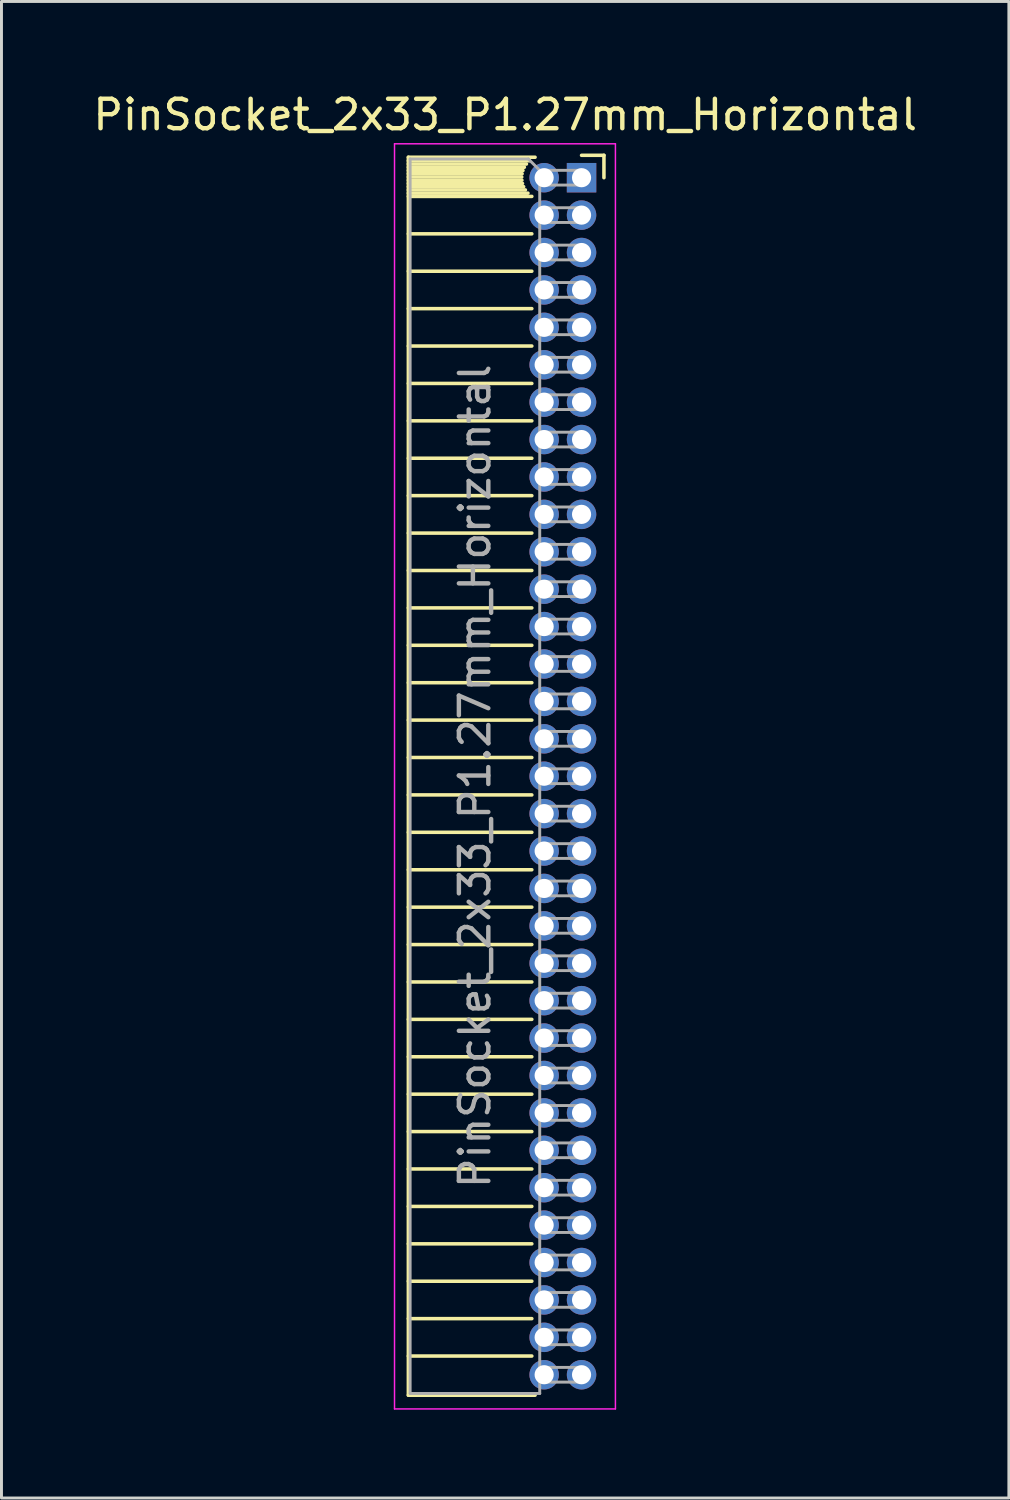
<source format=kicad_pcb>
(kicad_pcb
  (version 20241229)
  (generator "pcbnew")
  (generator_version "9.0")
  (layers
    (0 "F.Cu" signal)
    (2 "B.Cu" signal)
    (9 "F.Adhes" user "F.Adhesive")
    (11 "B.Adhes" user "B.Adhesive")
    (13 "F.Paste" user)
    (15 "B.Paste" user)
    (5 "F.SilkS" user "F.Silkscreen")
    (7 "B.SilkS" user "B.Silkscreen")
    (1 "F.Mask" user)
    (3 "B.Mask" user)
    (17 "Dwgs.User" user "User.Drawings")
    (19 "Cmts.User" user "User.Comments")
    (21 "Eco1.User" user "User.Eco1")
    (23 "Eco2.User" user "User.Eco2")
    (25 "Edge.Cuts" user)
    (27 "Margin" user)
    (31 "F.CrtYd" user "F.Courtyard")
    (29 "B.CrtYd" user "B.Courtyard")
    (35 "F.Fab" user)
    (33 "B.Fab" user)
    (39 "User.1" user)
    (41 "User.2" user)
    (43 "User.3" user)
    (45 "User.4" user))
  (footprint "PinSocket_2x33_P1.27mm_Horizontal"
    (layer "F.Cu")
    (at 16.694 2.983)
    (property "Reference" "PinSocket_2x33_P1.27mm_Horizontal" (at -2.592 -2.135 0) (layer "F.SilkS") (effects (font (size 1 1) (thickness 0.15))))
    (attr through_hole)
    (fp_line (start -5.88 -0.695) (end -5.88 41.335) (stroke (width 0.12) (type solid)) (layer "F.SilkS"))
    (fp_line (start -5.88 -0.695) (end -1.578 -0.695) (stroke (width 0.12) (type solid)) (layer "F.SilkS"))
    (fp_line (start -5.88 -0.575) (end -1.767 -0.575) (stroke (width 0.12) (type solid)) (layer "F.SilkS"))
    (fp_line (start -5.88 -0.465) (end -1.871 -0.465) (stroke (width 0.12) (type solid)) (layer "F.SilkS"))
    (fp_line (start -5.88 -0.355) (end -1.942 -0.355) (stroke (width 0.12) (type solid)) (layer "F.SilkS"))
    (fp_line (start -5.88 -0.245) (end -1.989 -0.245) (stroke (width 0.12) (type solid)) (layer "F.SilkS"))
    (fp_line (start -5.88 -0.135) (end -2.018 -0.135) (stroke (width 0.12) (type solid)) (layer "F.SilkS"))
    (fp_line (start -5.88 -0.025) (end -2.03 -0.025) (stroke (width 0.12) (type solid)) (layer "F.SilkS"))
    (fp_line (start -5.88 0.085) (end -2.025 0.085) (stroke (width 0.12) (type solid)) (layer "F.SilkS"))
    (fp_line (start -5.88 0.195) (end -2.005 0.195) (stroke (width 0.12) (type solid)) (layer "F.SilkS"))
    (fp_line (start -5.88 0.305) (end -1.966 0.305) (stroke (width 0.12) (type solid)) (layer "F.SilkS"))
    (fp_line (start -5.88 0.415) (end -1.907 0.415) (stroke (width 0.12) (type solid)) (layer "F.SilkS"))
    (fp_line (start -5.88 0.525) (end -1.82 0.525) (stroke (width 0.12) (type solid)) (layer "F.SilkS"))
    (fp_line (start -5.88 0.635) (end -1.688 0.635) (stroke (width 0.12) (type solid)) (layer "F.SilkS"))
    (fp_line (start -5.88 1.905) (end -1.688 1.905) (stroke (width 0.12) (type solid)) (layer "F.SilkS"))
    (fp_line (start -5.88 3.175) (end -1.688 3.175) (stroke (width 0.12) (type solid)) (layer "F.SilkS"))
    (fp_line (start -5.88 4.445) (end -1.688 4.445) (stroke (width 0.12) (type solid)) (layer "F.SilkS"))
    (fp_line (start -5.88 5.715) (end -1.688 5.715) (stroke (width 0.12) (type solid)) (layer "F.SilkS"))
    (fp_line (start -5.88 6.985) (end -1.688 6.985) (stroke (width 0.12) (type solid)) (layer "F.SilkS"))
    (fp_line (start -5.88 8.255) (end -1.688 8.255) (stroke (width 0.12) (type solid)) (layer "F.SilkS"))
    (fp_line (start -5.88 9.525) (end -1.688 9.525) (stroke (width 0.12) (type solid)) (layer "F.SilkS"))
    (fp_line (start -5.88 10.795) (end -1.688 10.795) (stroke (width 0.12) (type solid)) (layer "F.SilkS"))
    (fp_line (start -5.88 12.065) (end -1.688 12.065) (stroke (width 0.12) (type solid)) (layer "F.SilkS"))
    (fp_line (start -5.88 13.335) (end -1.688 13.335) (stroke (width 0.12) (type solid)) (layer "F.SilkS"))
    (fp_line (start -5.88 14.605) (end -1.688 14.605) (stroke (width 0.12) (type solid)) (layer "F.SilkS"))
    (fp_line (start -5.88 15.875) (end -1.688 15.875) (stroke (width 0.12) (type solid)) (layer "F.SilkS"))
    (fp_line (start -5.88 17.145) (end -1.688 17.145) (stroke (width 0.12) (type solid)) (layer "F.SilkS"))
    (fp_line (start -5.88 18.415) (end -1.688 18.415) (stroke (width 0.12) (type solid)) (layer "F.SilkS"))
    (fp_line (start -5.88 19.685) (end -1.688 19.685) (stroke (width 0.12) (type solid)) (layer "F.SilkS"))
    (fp_line (start -5.88 20.955) (end -1.688 20.955) (stroke (width 0.12) (type solid)) (layer "F.SilkS"))
    (fp_line (start -5.88 22.225) (end -1.688 22.225) (stroke (width 0.12) (type solid)) (layer "F.SilkS"))
    (fp_line (start -5.88 23.495) (end -1.688 23.495) (stroke (width 0.12) (type solid)) (layer "F.SilkS"))
    (fp_line (start -5.88 24.765) (end -1.688 24.765) (stroke (width 0.12) (type solid)) (layer "F.SilkS"))
    (fp_line (start -5.88 26.035) (end -1.688 26.035) (stroke (width 0.12) (type solid)) (layer "F.SilkS"))
    (fp_line (start -5.88 27.305) (end -1.688 27.305) (stroke (width 0.12) (type solid)) (layer "F.SilkS"))
    (fp_line (start -5.88 28.575) (end -1.688 28.575) (stroke (width 0.12) (type solid)) (layer "F.SilkS"))
    (fp_line (start -5.88 29.845) (end -1.688 29.845) (stroke (width 0.12) (type solid)) (layer "F.SilkS"))
    (fp_line (start -5.88 31.115) (end -1.688 31.115) (stroke (width 0.12) (type solid)) (layer "F.SilkS"))
    (fp_line (start -5.88 32.385) (end -1.688 32.385) (stroke (width 0.12) (type solid)) (layer "F.SilkS"))
    (fp_line (start -5.88 33.655) (end -1.688 33.655) (stroke (width 0.12) (type solid)) (layer "F.SilkS"))
    (fp_line (start -5.88 34.925) (end -1.688 34.925) (stroke (width 0.12) (type solid)) (layer "F.SilkS"))
    (fp_line (start -5.88 36.195) (end -1.688 36.195) (stroke (width 0.12) (type solid)) (layer "F.SilkS"))
    (fp_line (start -5.88 37.465) (end -1.688 37.465) (stroke (width 0.12) (type solid)) (layer "F.SilkS"))
    (fp_line (start -5.88 38.735) (end -1.688 38.735) (stroke (width 0.12) (type solid)) (layer "F.SilkS"))
    (fp_line (start -5.88 40.005) (end -1.688 40.005) (stroke (width 0.12) (type solid)) (layer "F.SilkS"))
    (fp_line (start -5.88 41.335) (end -1.578 41.335) (stroke (width 0.12) (type solid)) (layer "F.SilkS"))
    (fp_line (start 0 -0.76) (end 0.76 -0.76) (stroke (width 0.12) (type solid)) (layer "F.SilkS"))
    (fp_line (start 0.76 -0.76) (end 0.76 0) (stroke (width 0.12) (type solid)) (layer "F.SilkS"))
    (fp_line (start -6.35 -1.15) (end -6.35 41.8) (stroke (width 0.05) (type solid)) (layer "F.CrtYd"))
    (fp_line (start -6.35 41.8) (end 1.15 41.8) (stroke (width 0.05) (type solid)) (layer "F.CrtYd"))
    (fp_line (start 1.15 -1.15) (end -6.35 -1.15) (stroke (width 0.05) (type solid)) (layer "F.CrtYd"))
    (fp_line (start 1.15 41.8) (end 1.15 -1.15) (stroke (width 0.05) (type solid)) (layer "F.CrtYd"))
    (fp_line (start -5.82 -0.635) (end -1.805 -0.635) (stroke (width 0.1) (type solid)) (layer "F.Fab"))
    (fp_line (start -5.82 41.275) (end -5.82 -0.635) (stroke (width 0.1) (type solid)) (layer "F.Fab"))
    (fp_line (start -1.805 -0.635) (end -1.42 -0.25) (stroke (width 0.1) (type solid)) (layer "F.Fab"))
    (fp_line (start -1.42 -0.25) (end -1.42 41.275) (stroke (width 0.1) (type solid)) (layer "F.Fab"))
    (fp_line (start -1.42 0.25) (end 0 0.25) (stroke (width 0.1) (type solid)) (layer "F.Fab"))
    (fp_line (start -1.42 1.52) (end 0 1.52) (stroke (width 0.1) (type solid)) (layer "F.Fab"))
    (fp_line (start -1.42 2.79) (end 0 2.79) (stroke (width 0.1) (type solid)) (layer "F.Fab"))
    (fp_line (start -1.42 4.06) (end 0 4.06) (stroke (width 0.1) (type solid)) (layer "F.Fab"))
    (fp_line (start -1.42 5.33) (end 0 5.33) (stroke (width 0.1) (type solid)) (layer "F.Fab"))
    (fp_line (start -1.42 6.6) (end 0 6.6) (stroke (width 0.1) (type solid)) (layer "F.Fab"))
    (fp_line (start -1.42 7.87) (end 0 7.87) (stroke (width 0.1) (type solid)) (layer "F.Fab"))
    (fp_line (start -1.42 9.14) (end 0 9.14) (stroke (width 0.1) (type solid)) (layer "F.Fab"))
    (fp_line (start -1.42 10.41) (end 0 10.41) (stroke (width 0.1) (type solid)) (layer "F.Fab"))
    (fp_line (start -1.42 11.68) (end 0 11.68) (stroke (width 0.1) (type solid)) (layer "F.Fab"))
    (fp_line (start -1.42 12.95) (end 0 12.95) (stroke (width 0.1) (type solid)) (layer "F.Fab"))
    (fp_line (start -1.42 14.22) (end 0 14.22) (stroke (width 0.1) (type solid)) (layer "F.Fab"))
    (fp_line (start -1.42 15.49) (end 0 15.49) (stroke (width 0.1) (type solid)) (layer "F.Fab"))
    (fp_line (start -1.42 16.76) (end 0 16.76) (stroke (width 0.1) (type solid)) (layer "F.Fab"))
    (fp_line (start -1.42 18.03) (end 0 18.03) (stroke (width 0.1) (type solid)) (layer "F.Fab"))
    (fp_line (start -1.42 19.3) (end 0 19.3) (stroke (width 0.1) (type solid)) (layer "F.Fab"))
    (fp_line (start -1.42 20.57) (end 0 20.57) (stroke (width 0.1) (type solid)) (layer "F.Fab"))
    (fp_line (start -1.42 21.84) (end 0 21.84) (stroke (width 0.1) (type solid)) (layer "F.Fab"))
    (fp_line (start -1.42 23.11) (end 0 23.11) (stroke (width 0.1) (type solid)) (layer "F.Fab"))
    (fp_line (start -1.42 24.38) (end 0 24.38) (stroke (width 0.1) (type solid)) (layer "F.Fab"))
    (fp_line (start -1.42 25.65) (end 0 25.65) (stroke (width 0.1) (type solid)) (layer "F.Fab"))
    (fp_line (start -1.42 26.92) (end 0 26.92) (stroke (width 0.1) (type solid)) (layer "F.Fab"))
    (fp_line (start -1.42 28.19) (end 0 28.19) (stroke (width 0.1) (type solid)) (layer "F.Fab"))
    (fp_line (start -1.42 29.46) (end 0 29.46) (stroke (width 0.1) (type solid)) (layer "F.Fab"))
    (fp_line (start -1.42 30.73) (end 0 30.73) (stroke (width 0.1) (type solid)) (layer "F.Fab"))
    (fp_line (start -1.42 32) (end 0 32) (stroke (width 0.1) (type solid)) (layer "F.Fab"))
    (fp_line (start -1.42 33.27) (end 0 33.27) (stroke (width 0.1) (type solid)) (layer "F.Fab"))
    (fp_line (start -1.42 34.54) (end 0 34.54) (stroke (width 0.1) (type solid)) (layer "F.Fab"))
    (fp_line (start -1.42 35.81) (end 0 35.81) (stroke (width 0.1) (type solid)) (layer "F.Fab"))
    (fp_line (start -1.42 37.08) (end 0 37.08) (stroke (width 0.1) (type solid)) (layer "F.Fab"))
    (fp_line (start -1.42 38.35) (end 0 38.35) (stroke (width 0.1) (type solid)) (layer "F.Fab"))
    (fp_line (start -1.42 39.62) (end 0 39.62) (stroke (width 0.1) (type solid)) (layer "F.Fab"))
    (fp_line (start -1.42 40.89) (end 0 40.89) (stroke (width 0.1) (type solid)) (layer "F.Fab"))
    (fp_line (start -1.42 41.275) (end -5.82 41.275) (stroke (width 0.1) (type solid)) (layer "F.Fab"))
    (fp_line (start 0 -0.25) (end -1.42 -0.25) (stroke (width 0.1) (type solid)) (layer "F.Fab"))
    (fp_line (start 0 0.25) (end 0 -0.25) (stroke (width 0.1) (type solid)) (layer "F.Fab"))
    (fp_line (start 0 1.02) (end -1.42 1.02) (stroke (width 0.1) (type solid)) (layer "F.Fab"))
    (fp_line (start 0 1.52) (end 0 1.02) (stroke (width 0.1) (type solid)) (layer "F.Fab"))
    (fp_line (start 0 2.29) (end -1.42 2.29) (stroke (width 0.1) (type solid)) (layer "F.Fab"))
    (fp_line (start 0 2.79) (end 0 2.29) (stroke (width 0.1) (type solid)) (layer "F.Fab"))
    (fp_line (start 0 3.56) (end -1.42 3.56) (stroke (width 0.1) (type solid)) (layer "F.Fab"))
    (fp_line (start 0 4.06) (end 0 3.56) (stroke (width 0.1) (type solid)) (layer "F.Fab"))
    (fp_line (start 0 4.83) (end -1.42 4.83) (stroke (width 0.1) (type solid)) (layer "F.Fab"))
    (fp_line (start 0 5.33) (end 0 4.83) (stroke (width 0.1) (type solid)) (layer "F.Fab"))
    (fp_line (start 0 6.1) (end -1.42 6.1) (stroke (width 0.1) (type solid)) (layer "F.Fab"))
    (fp_line (start 0 6.6) (end 0 6.1) (stroke (width 0.1) (type solid)) (layer "F.Fab"))
    (fp_line (start 0 7.37) (end -1.42 7.37) (stroke (width 0.1) (type solid)) (layer "F.Fab"))
    (fp_line (start 0 7.87) (end 0 7.37) (stroke (width 0.1) (type solid)) (layer "F.Fab"))
    (fp_line (start 0 8.64) (end -1.42 8.64) (stroke (width 0.1) (type solid)) (layer "F.Fab"))
    (fp_line (start 0 9.14) (end 0 8.64) (stroke (width 0.1) (type solid)) (layer "F.Fab"))
    (fp_line (start 0 9.91) (end -1.42 9.91) (stroke (width 0.1) (type solid)) (layer "F.Fab"))
    (fp_line (start 0 10.41) (end 0 9.91) (stroke (width 0.1) (type solid)) (layer "F.Fab"))
    (fp_line (start 0 11.18) (end -1.42 11.18) (stroke (width 0.1) (type solid)) (layer "F.Fab"))
    (fp_line (start 0 11.68) (end 0 11.18) (stroke (width 0.1) (type solid)) (layer "F.Fab"))
    (fp_line (start 0 12.45) (end -1.42 12.45) (stroke (width 0.1) (type solid)) (layer "F.Fab"))
    (fp_line (start 0 12.95) (end 0 12.45) (stroke (width 0.1) (type solid)) (layer "F.Fab"))
    (fp_line (start 0 13.72) (end -1.42 13.72) (stroke (width 0.1) (type solid)) (layer "F.Fab"))
    (fp_line (start 0 14.22) (end 0 13.72) (stroke (width 0.1) (type solid)) (layer "F.Fab"))
    (fp_line (start 0 14.99) (end -1.42 14.99) (stroke (width 0.1) (type solid)) (layer "F.Fab"))
    (fp_line (start 0 15.49) (end 0 14.99) (stroke (width 0.1) (type solid)) (layer "F.Fab"))
    (fp_line (start 0 16.26) (end -1.42 16.26) (stroke (width 0.1) (type solid)) (layer "F.Fab"))
    (fp_line (start 0 16.76) (end 0 16.26) (stroke (width 0.1) (type solid)) (layer "F.Fab"))
    (fp_line (start 0 17.53) (end -1.42 17.53) (stroke (width 0.1) (type solid)) (layer "F.Fab"))
    (fp_line (start 0 18.03) (end 0 17.53) (stroke (width 0.1) (type solid)) (layer "F.Fab"))
    (fp_line (start 0 18.8) (end -1.42 18.8) (stroke (width 0.1) (type solid)) (layer "F.Fab"))
    (fp_line (start 0 19.3) (end 0 18.8) (stroke (width 0.1) (type solid)) (layer "F.Fab"))
    (fp_line (start 0 20.07) (end -1.42 20.07) (stroke (width 0.1) (type solid)) (layer "F.Fab"))
    (fp_line (start 0 20.57) (end 0 20.07) (stroke (width 0.1) (type solid)) (layer "F.Fab"))
    (fp_line (start 0 21.34) (end -1.42 21.34) (stroke (width 0.1) (type solid)) (layer "F.Fab"))
    (fp_line (start 0 21.84) (end 0 21.34) (stroke (width 0.1) (type solid)) (layer "F.Fab"))
    (fp_line (start 0 22.61) (end -1.42 22.61) (stroke (width 0.1) (type solid)) (layer "F.Fab"))
    (fp_line (start 0 23.11) (end 0 22.61) (stroke (width 0.1) (type solid)) (layer "F.Fab"))
    (fp_line (start 0 23.88) (end -1.42 23.88) (stroke (width 0.1) (type solid)) (layer "F.Fab"))
    (fp_line (start 0 24.38) (end 0 23.88) (stroke (width 0.1) (type solid)) (layer "F.Fab"))
    (fp_line (start 0 25.15) (end -1.42 25.15) (stroke (width 0.1) (type solid)) (layer "F.Fab"))
    (fp_line (start 0 25.65) (end 0 25.15) (stroke (width 0.1) (type solid)) (layer "F.Fab"))
    (fp_line (start 0 26.42) (end -1.42 26.42) (stroke (width 0.1) (type solid)) (layer "F.Fab"))
    (fp_line (start 0 26.92) (end 0 26.42) (stroke (width 0.1) (type solid)) (layer "F.Fab"))
    (fp_line (start 0 27.69) (end -1.42 27.69) (stroke (width 0.1) (type solid)) (layer "F.Fab"))
    (fp_line (start 0 28.19) (end 0 27.69) (stroke (width 0.1) (type solid)) (layer "F.Fab"))
    (fp_line (start 0 28.96) (end -1.42 28.96) (stroke (width 0.1) (type solid)) (layer "F.Fab"))
    (fp_line (start 0 29.46) (end 0 28.96) (stroke (width 0.1) (type solid)) (layer "F.Fab"))
    (fp_line (start 0 30.23) (end -1.42 30.23) (stroke (width 0.1) (type solid)) (layer "F.Fab"))
    (fp_line (start 0 30.73) (end 0 30.23) (stroke (width 0.1) (type solid)) (layer "F.Fab"))
    (fp_line (start 0 31.5) (end -1.42 31.5) (stroke (width 0.1) (type solid)) (layer "F.Fab"))
    (fp_line (start 0 32) (end 0 31.5) (stroke (width 0.1) (type solid)) (layer "F.Fab"))
    (fp_line (start 0 32.77) (end -1.42 32.77) (stroke (width 0.1) (type solid)) (layer "F.Fab"))
    (fp_line (start 0 33.27) (end 0 32.77) (stroke (width 0.1) (type solid)) (layer "F.Fab"))
    (fp_line (start 0 34.04) (end -1.42 34.04) (stroke (width 0.1) (type solid)) (layer "F.Fab"))
    (fp_line (start 0 34.54) (end 0 34.04) (stroke (width 0.1) (type solid)) (layer "F.Fab"))
    (fp_line (start 0 35.31) (end -1.42 35.31) (stroke (width 0.1) (type solid)) (layer "F.Fab"))
    (fp_line (start 0 35.81) (end 0 35.31) (stroke (width 0.1) (type solid)) (layer "F.Fab"))
    (fp_line (start 0 36.58) (end -1.42 36.58) (stroke (width 0.1) (type solid)) (layer "F.Fab"))
    (fp_line (start 0 37.08) (end 0 36.58) (stroke (width 0.1) (type solid)) (layer "F.Fab"))
    (fp_line (start 0 37.85) (end -1.42 37.85) (stroke (width 0.1) (type solid)) (layer "F.Fab"))
    (fp_line (start 0 38.35) (end 0 37.85) (stroke (width 0.1) (type solid)) (layer "F.Fab"))
    (fp_line (start 0 39.12) (end -1.42 39.12) (stroke (width 0.1) (type solid)) (layer "F.Fab"))
    (fp_line (start 0 39.62) (end 0 39.12) (stroke (width 0.1) (type solid)) (layer "F.Fab"))
    (fp_line (start 0 40.39) (end -1.42 40.39) (stroke (width 0.1) (type solid)) (layer "F.Fab"))
    (fp_line (start 0 40.89) (end 0 40.39) (stroke (width 0.1) (type solid)) (layer "F.Fab"))
    (fp_text user "${REFERENCE}" (at -3.62 20.32 90) (layer "F.Fab") (effects (font (size 1 1) (thickness 0.15))))
    (pad "1" thru_hole rect (at 0 0) (size 1 1) (drill 0.65) (layers "*.Cu" "*.Mask"))
    (pad "2" thru_hole oval (at -1.27 0) (size 1 1) (drill 0.65) (layers "*.Cu" "*.Mask"))
    (pad "3" thru_hole oval (at 0 1.27) (size 1 1) (drill 0.65) (layers "*.Cu" "*.Mask"))
    (pad "4" thru_hole oval (at -1.27 1.27) (size 1 1) (drill 0.65) (layers "*.Cu" "*.Mask"))
    (pad "5" thru_hole oval (at 0 2.54) (size 1 1) (drill 0.65) (layers "*.Cu" "*.Mask"))
    (pad "6" thru_hole oval (at -1.27 2.54) (size 1 1) (drill 0.65) (layers "*.Cu" "*.Mask"))
    (pad "7" thru_hole oval (at 0 3.81) (size 1 1) (drill 0.65) (layers "*.Cu" "*.Mask"))
    (pad "8" thru_hole oval (at -1.27 3.81) (size 1 1) (drill 0.65) (layers "*.Cu" "*.Mask"))
    (pad "9" thru_hole oval (at 0 5.08) (size 1 1) (drill 0.65) (layers "*.Cu" "*.Mask"))
    (pad "10" thru_hole oval (at -1.27 5.08) (size 1 1) (drill 0.65) (layers "*.Cu" "*.Mask"))
    (pad "11" thru_hole oval (at 0 6.35) (size 1 1) (drill 0.65) (layers "*.Cu" "*.Mask"))
    (pad "12" thru_hole oval (at -1.27 6.35) (size 1 1) (drill 0.65) (layers "*.Cu" "*.Mask"))
    (pad "13" thru_hole oval (at 0 7.62) (size 1 1) (drill 0.65) (layers "*.Cu" "*.Mask"))
    (pad "14" thru_hole oval (at -1.27 7.62) (size 1 1) (drill 0.65) (layers "*.Cu" "*.Mask"))
    (pad "15" thru_hole oval (at 0 8.89) (size 1 1) (drill 0.65) (layers "*.Cu" "*.Mask"))
    (pad "16" thru_hole oval (at -1.27 8.89) (size 1 1) (drill 0.65) (layers "*.Cu" "*.Mask"))
    (pad "17" thru_hole oval (at 0 10.16) (size 1 1) (drill 0.65) (layers "*.Cu" "*.Mask"))
    (pad "18" thru_hole oval (at -1.27 10.16) (size 1 1) (drill 0.65) (layers "*.Cu" "*.Mask"))
    (pad "19" thru_hole oval (at 0 11.43) (size 1 1) (drill 0.65) (layers "*.Cu" "*.Mask"))
    (pad "20" thru_hole oval (at -1.27 11.43) (size 1 1) (drill 0.65) (layers "*.Cu" "*.Mask"))
    (pad "21" thru_hole oval (at 0 12.7) (size 1 1) (drill 0.65) (layers "*.Cu" "*.Mask"))
    (pad "22" thru_hole oval (at -1.27 12.7) (size 1 1) (drill 0.65) (layers "*.Cu" "*.Mask"))
    (pad "23" thru_hole oval (at 0 13.97) (size 1 1) (drill 0.65) (layers "*.Cu" "*.Mask"))
    (pad "24" thru_hole oval (at -1.27 13.97) (size 1 1) (drill 0.65) (layers "*.Cu" "*.Mask"))
    (pad "25" thru_hole oval (at 0 15.24) (size 1 1) (drill 0.65) (layers "*.Cu" "*.Mask"))
    (pad "26" thru_hole oval (at -1.27 15.24) (size 1 1) (drill 0.65) (layers "*.Cu" "*.Mask"))
    (pad "27" thru_hole oval (at 0 16.51) (size 1 1) (drill 0.65) (layers "*.Cu" "*.Mask"))
    (pad "28" thru_hole oval (at -1.27 16.51) (size 1 1) (drill 0.65) (layers "*.Cu" "*.Mask"))
    (pad "29" thru_hole oval (at 0 17.78) (size 1 1) (drill 0.65) (layers "*.Cu" "*.Mask"))
    (pad "30" thru_hole oval (at -1.27 17.78) (size 1 1) (drill 0.65) (layers "*.Cu" "*.Mask"))
    (pad "31" thru_hole oval (at 0 19.05) (size 1 1) (drill 0.65) (layers "*.Cu" "*.Mask"))
    (pad "32" thru_hole oval (at -1.27 19.05) (size 1 1) (drill 0.65) (layers "*.Cu" "*.Mask"))
    (pad "33" thru_hole oval (at 0 20.32) (size 1 1) (drill 0.65) (layers "*.Cu" "*.Mask"))
    (pad "34" thru_hole oval (at -1.27 20.32) (size 1 1) (drill 0.65) (layers "*.Cu" "*.Mask"))
    (pad "35" thru_hole oval (at 0 21.59) (size 1 1) (drill 0.65) (layers "*.Cu" "*.Mask"))
    (pad "36" thru_hole oval (at -1.27 21.59) (size 1 1) (drill 0.65) (layers "*.Cu" "*.Mask"))
    (pad "37" thru_hole oval (at 0 22.86) (size 1 1) (drill 0.65) (layers "*.Cu" "*.Mask"))
    (pad "38" thru_hole oval (at -1.27 22.86) (size 1 1) (drill 0.65) (layers "*.Cu" "*.Mask"))
    (pad "39" thru_hole oval (at 0 24.13) (size 1 1) (drill 0.65) (layers "*.Cu" "*.Mask"))
    (pad "40" thru_hole oval (at -1.27 24.13) (size 1 1) (drill 0.65) (layers "*.Cu" "*.Mask"))
    (pad "41" thru_hole oval (at 0 25.4) (size 1 1) (drill 0.65) (layers "*.Cu" "*.Mask"))
    (pad "42" thru_hole oval (at -1.27 25.4) (size 1 1) (drill 0.65) (layers "*.Cu" "*.Mask"))
    (pad "43" thru_hole oval (at 0 26.67) (size 1 1) (drill 0.65) (layers "*.Cu" "*.Mask"))
    (pad "44" thru_hole oval (at -1.27 26.67) (size 1 1) (drill 0.65) (layers "*.Cu" "*.Mask"))
    (pad "45" thru_hole oval (at 0 27.94) (size 1 1) (drill 0.65) (layers "*.Cu" "*.Mask"))
    (pad "46" thru_hole oval (at -1.27 27.94) (size 1 1) (drill 0.65) (layers "*.Cu" "*.Mask"))
    (pad "47" thru_hole oval (at 0 29.21) (size 1 1) (drill 0.65) (layers "*.Cu" "*.Mask"))
    (pad "48" thru_hole oval (at -1.27 29.21) (size 1 1) (drill 0.65) (layers "*.Cu" "*.Mask"))
    (pad "49" thru_hole oval (at 0 30.48) (size 1 1) (drill 0.65) (layers "*.Cu" "*.Mask"))
    (pad "50" thru_hole oval (at -1.27 30.48) (size 1 1) (drill 0.65) (layers "*.Cu" "*.Mask"))
    (pad "51" thru_hole oval (at 0 31.75) (size 1 1) (drill 0.65) (layers "*.Cu" "*.Mask"))
    (pad "52" thru_hole oval (at -1.27 31.75) (size 1 1) (drill 0.65) (layers "*.Cu" "*.Mask"))
    (pad "53" thru_hole oval (at 0 33.02) (size 1 1) (drill 0.65) (layers "*.Cu" "*.Mask"))
    (pad "54" thru_hole oval (at -1.27 33.02) (size 1 1) (drill 0.65) (layers "*.Cu" "*.Mask"))
    (pad "55" thru_hole oval (at 0 34.29) (size 1 1) (drill 0.65) (layers "*.Cu" "*.Mask"))
    (pad "56" thru_hole oval (at -1.27 34.29) (size 1 1) (drill 0.65) (layers "*.Cu" "*.Mask"))
    (pad "57" thru_hole oval (at 0 35.56) (size 1 1) (drill 0.65) (layers "*.Cu" "*.Mask"))
    (pad "58" thru_hole oval (at -1.27 35.56) (size 1 1) (drill 0.65) (layers "*.Cu" "*.Mask"))
    (pad "59" thru_hole oval (at 0 36.83) (size 1 1) (drill 0.65) (layers "*.Cu" "*.Mask"))
    (pad "60" thru_hole oval (at -1.27 36.83) (size 1 1) (drill 0.65) (layers "*.Cu" "*.Mask"))
    (pad "61" thru_hole oval (at 0 38.1) (size 1 1) (drill 0.65) (layers "*.Cu" "*.Mask"))
    (pad "62" thru_hole oval (at -1.27 38.1) (size 1 1) (drill 0.65) (layers "*.Cu" "*.Mask"))
    (pad "63" thru_hole oval (at 0 39.37) (size 1 1) (drill 0.65) (layers "*.Cu" "*.Mask"))
    (pad "64" thru_hole oval (at -1.27 39.37) (size 1 1) (drill 0.65) (layers "*.Cu" "*.Mask"))
    (pad "65" thru_hole oval (at 0 40.64) (size 1 1) (drill 0.65) (layers "*.Cu" "*.Mask"))
    (pad "66" thru_hole oval (at -1.27 40.64) (size 1 1) (drill 0.65) (layers "*.Cu" "*.Mask")))
  (gr_rect
    (start -3 -3)
    (end 31.202 47.808)
    (stroke (width 0.1) (type default))
    (fill no)
    (layer "Edge.Cuts")))
</source>
